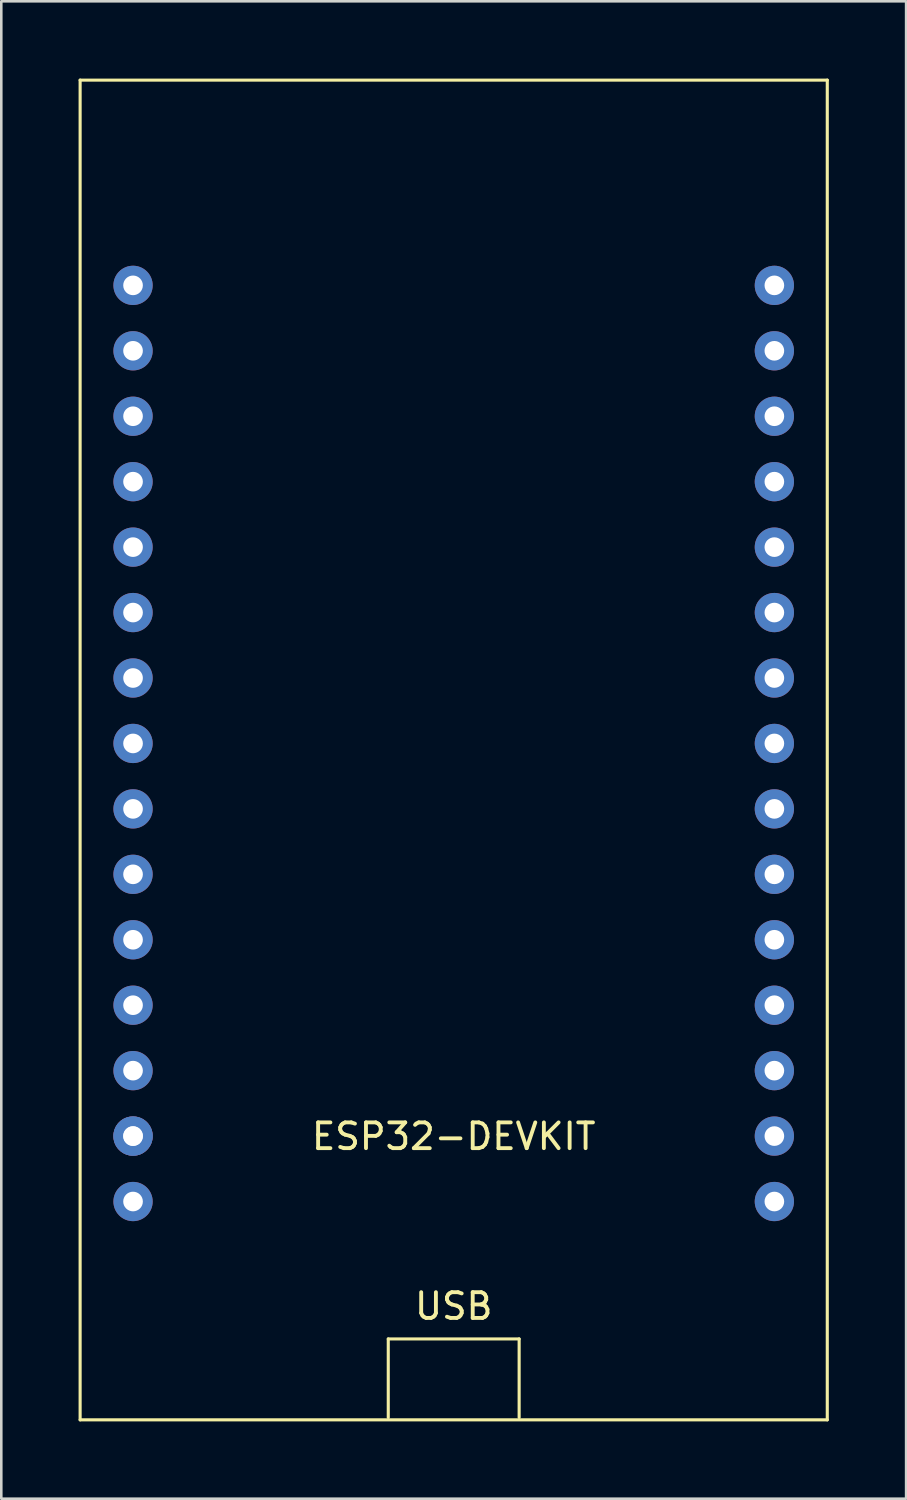
<source format=kicad_pcb>
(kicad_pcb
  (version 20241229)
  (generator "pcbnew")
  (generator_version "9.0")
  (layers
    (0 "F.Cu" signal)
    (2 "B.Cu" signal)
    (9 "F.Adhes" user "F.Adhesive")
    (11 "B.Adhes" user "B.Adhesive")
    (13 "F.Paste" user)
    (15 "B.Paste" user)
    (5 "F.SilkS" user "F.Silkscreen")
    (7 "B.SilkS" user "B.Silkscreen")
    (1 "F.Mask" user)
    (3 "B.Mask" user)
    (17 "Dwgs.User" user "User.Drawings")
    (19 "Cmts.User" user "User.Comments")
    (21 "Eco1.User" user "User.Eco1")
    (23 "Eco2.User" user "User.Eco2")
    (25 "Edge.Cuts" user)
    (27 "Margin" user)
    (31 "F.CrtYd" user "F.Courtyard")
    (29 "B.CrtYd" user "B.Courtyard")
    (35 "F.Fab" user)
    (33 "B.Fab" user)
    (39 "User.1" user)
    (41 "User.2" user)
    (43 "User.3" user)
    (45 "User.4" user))
  (footprint "ESP32-DEVKIT"
    (layer "F.Cu")
    (at 14.56 26.06)
    (property "Reference" "ESP32-DEVKIT" (at 0 15 0) (layer "F.SilkS") (effects (font (size 1 1) (thickness 0.15))))
    (attr through_hole)
    (fp_line (start -14.5 -26) (end -14.5 26) (stroke (width 0.12) (type solid)) (layer "F.SilkS"))
    (fp_line (start -14.5 -26) (end 14.5 -26) (stroke (width 0.12) (type solid)) (layer "F.SilkS"))
    (fp_line (start -14.5 26) (end 14.5 26) (stroke (width 0.12) (type solid)) (layer "F.SilkS"))
    (fp_line (start -2.54 22.86) (end 2.54 22.86) (stroke (width 0.12) (type solid)) (layer "F.SilkS"))
    (fp_line (start -2.54 25.908) (end -2.54 22.86) (stroke (width 0.12) (type solid)) (layer "F.SilkS"))
    (fp_line (start 2.54 22.86) (end 2.54 25.908) (stroke (width 0.12) (type solid)) (layer "F.SilkS"))
    (fp_line (start 14.5 -26) (end 14.5 26) (stroke (width 0.12) (type solid)) (layer "F.SilkS"))
    (fp_text user "USB" (at 0 21.59 0) (layer "F.SilkS") (effects (font (size 1 1) (thickness 0.15))))
    (pad "1" thru_hole circle (at -12.446 -18.034) (size 1.524 1.524) (drill 0.762) (layers "*.Cu" "*.Mask"))
    (pad "2" thru_hole circle (at -12.446 -15.494) (size 1.524 1.524) (drill 0.762) (layers "*.Cu" "*.Mask"))
    (pad "3" thru_hole circle (at -12.446 -12.954) (size 1.524 1.524) (drill 0.762) (layers "*.Cu" "*.Mask"))
    (pad "4" thru_hole circle (at -12.446 -10.414) (size 1.524 1.524) (drill 0.762) (layers "*.Cu" "*.Mask"))
    (pad "5" thru_hole circle (at -12.446 -7.874) (size 1.524 1.524) (drill 0.762) (layers "*.Cu" "*.Mask"))
    (pad "6" thru_hole circle (at -12.446 -5.334) (size 1.524 1.524) (drill 0.762) (layers "*.Cu" "*.Mask"))
    (pad "7" thru_hole circle (at -12.446 -2.794) (size 1.524 1.524) (drill 0.762) (layers "*.Cu" "*.Mask"))
    (pad "8" thru_hole circle (at -12.446 -0.254) (size 1.524 1.524) (drill 0.762) (layers "*.Cu" "*.Mask"))
    (pad "9" thru_hole circle (at -12.446 2.286) (size 1.524 1.524) (drill 0.762) (layers "*.Cu" "*.Mask"))
    (pad "10" thru_hole circle (at -12.446 4.826) (size 1.524 1.524) (drill 0.762) (layers "*.Cu" "*.Mask"))
    (pad "11" thru_hole circle (at -12.446 7.366) (size 1.524 1.524) (drill 0.762) (layers "*.Cu" "*.Mask"))
    (pad "12" thru_hole circle (at -12.446 9.906) (size 1.524 1.524) (drill 0.762) (layers "*.Cu" "*.Mask"))
    (pad "13" thru_hole circle (at -12.446 12.446) (size 1.524 1.524) (drill 0.762) (layers "*.Cu" "*.Mask"))
    (pad "14" thru_hole circle (at -12.446 14.986) (size 1.524 1.524) (drill 0.762) (layers "*.Cu" "*.Mask"))
    (pad "14" thru_hole circle (at -12.446 14.986) (size 1.524 1.524) (drill 0.762) (layers "*.Cu" "*.Mask"))
    (pad "15" thru_hole circle (at -12.446 17.526) (size 1.524 1.524) (drill 0.762) (layers "*.Cu" "*.Mask"))
    (pad "16" thru_hole circle (at 12.446 17.526) (size 1.524 1.524) (drill 0.762) (layers "*.Cu" "*.Mask"))
    (pad "17" thru_hole circle (at 12.446 14.986) (size 1.524 1.524) (drill 0.762) (layers "*.Cu" "*.Mask"))
    (pad "18" thru_hole circle (at 12.446 12.446) (size 1.524 1.524) (drill 0.762) (layers "*.Cu" "*.Mask"))
    (pad "19" thru_hole circle (at 12.446 9.906) (size 1.524 1.524) (drill 0.762) (layers "*.Cu" "*.Mask"))
    (pad "20" thru_hole circle (at 12.446 7.366) (size 1.524 1.524) (drill 0.762) (layers "*.Cu" "*.Mask"))
    (pad "21" thru_hole circle (at 12.446 4.826) (size 1.524 1.524) (drill 0.762) (layers "*.Cu" "*.Mask"))
    (pad "22" thru_hole circle (at 12.446 2.286) (size 1.524 1.524) (drill 0.762) (layers "*.Cu" "*.Mask"))
    (pad "23" thru_hole circle (at 12.446 -0.254) (size 1.524 1.524) (drill 0.762) (layers "*.Cu" "*.Mask"))
    (pad "24" thru_hole circle (at 12.446 -2.794) (size 1.524 1.524) (drill 0.762) (layers "*.Cu" "*.Mask"))
    (pad "25" thru_hole circle (at 12.446 -5.334) (size 1.524 1.524) (drill 0.762) (layers "*.Cu" "*.Mask"))
    (pad "26" thru_hole circle (at 12.446 -7.874) (size 1.524 1.524) (drill 0.762) (layers "*.Cu" "*.Mask"))
    (pad "27" thru_hole circle (at 12.446 -10.414) (size 1.524 1.524) (drill 0.762) (layers "*.Cu" "*.Mask"))
    (pad "28" thru_hole circle (at 12.446 -12.954) (size 1.524 1.524) (drill 0.762) (layers "*.Cu" "*.Mask"))
    (pad "29" thru_hole circle (at 12.446 -15.494) (size 1.524 1.524) (drill 0.762) (layers "*.Cu" "*.Mask"))
    (pad "30" thru_hole circle (at 12.446 -18.034) (size 1.524 1.524) (drill 0.762) (layers "*.Cu" "*.Mask")))
  (gr_rect
    (start -3 -3)
    (end 32.12 55.12)
    (stroke (width 0.1) (type default))
    (fill no)
    (layer "Edge.Cuts")))
</source>
